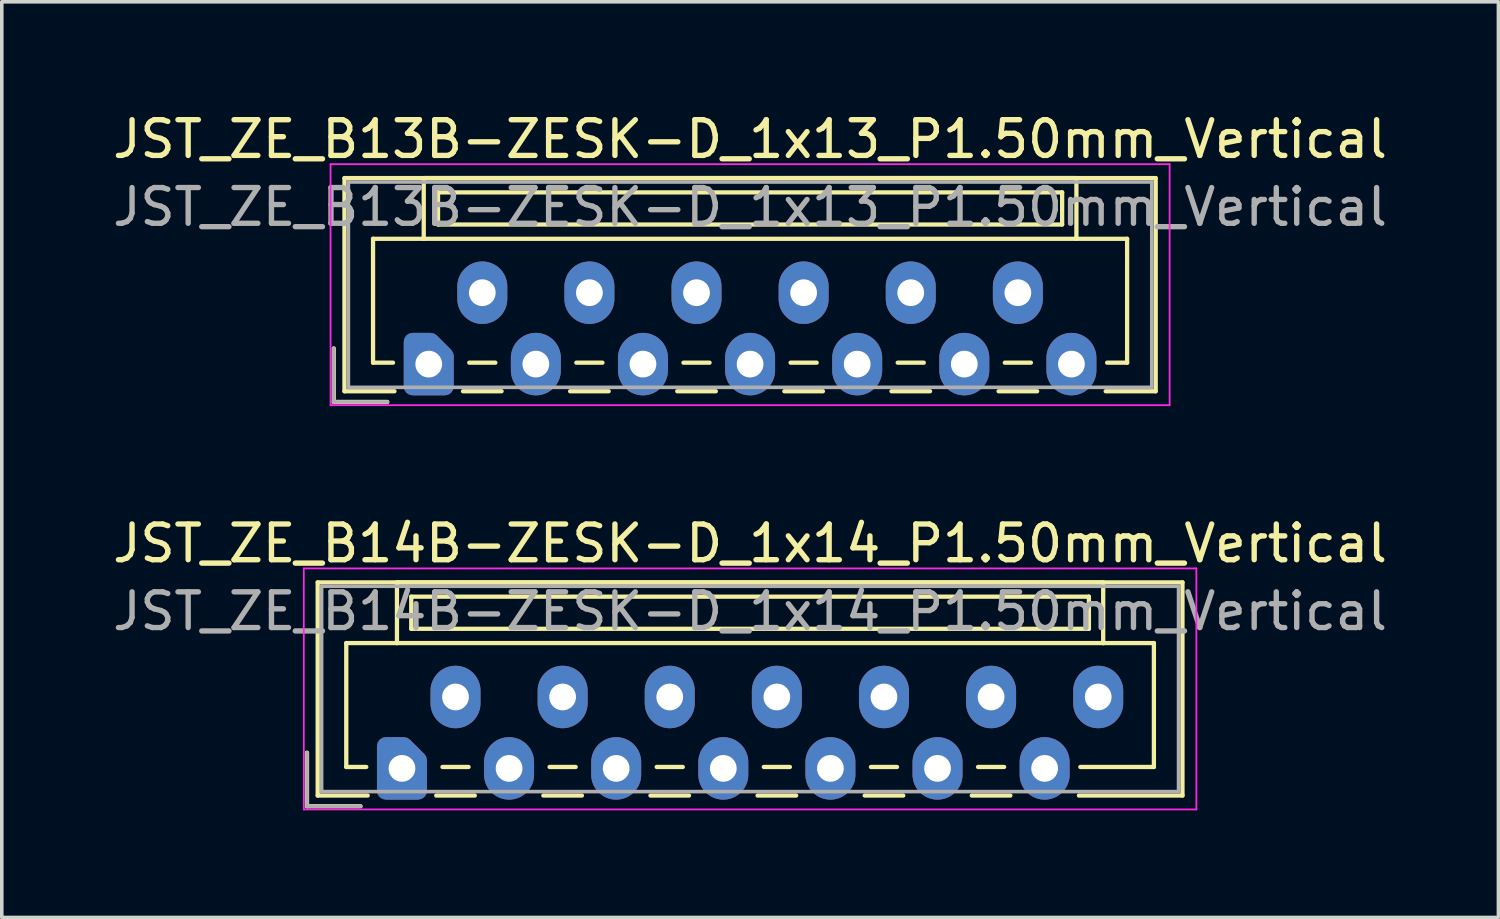
<source format=kicad_pcb>
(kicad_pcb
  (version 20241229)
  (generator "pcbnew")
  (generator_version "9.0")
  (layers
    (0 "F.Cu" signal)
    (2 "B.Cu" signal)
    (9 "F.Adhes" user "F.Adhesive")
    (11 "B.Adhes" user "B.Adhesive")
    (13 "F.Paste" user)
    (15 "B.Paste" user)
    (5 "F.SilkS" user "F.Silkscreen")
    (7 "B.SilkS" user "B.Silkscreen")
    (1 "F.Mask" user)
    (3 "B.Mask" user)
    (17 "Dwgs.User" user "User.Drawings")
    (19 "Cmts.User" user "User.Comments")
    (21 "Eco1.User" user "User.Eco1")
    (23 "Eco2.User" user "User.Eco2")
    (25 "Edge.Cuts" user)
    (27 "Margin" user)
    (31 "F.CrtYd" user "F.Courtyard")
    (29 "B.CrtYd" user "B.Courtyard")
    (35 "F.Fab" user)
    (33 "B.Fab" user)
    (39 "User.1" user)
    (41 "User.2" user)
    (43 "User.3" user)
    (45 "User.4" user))
  (footprint "JST_ZE_B14B-ZESK-D_1x14_P1.50mm_Vertical"
    (layer "F.Cu")
    (at 8.208 18.471)
    (property "Reference" "JST_ZE_B14B-ZESK-D_1x14_P1.50mm_Vertical" (at 9.75 -6.3 0) (layer "F.SilkS") (effects (font (size 1 1) (thickness 0.15))))
    (attr through_hole)
    (fp_line (start -2.66 -0.44) (end -2.66 1.06) (stroke (width 0.12) (type solid)) (layer "F.SilkS"))
    (fp_line (start -2.66 1.06) (end -1.16 1.06) (stroke (width 0.12) (type solid)) (layer "F.SilkS"))
    (fp_line (start -2.36 -5.21) (end 21.86 -5.21) (stroke (width 0.12) (type solid)) (layer "F.SilkS"))
    (fp_line (start -2.36 0.76) (end -2.36 -5.21) (stroke (width 0.12) (type solid)) (layer "F.SilkS"))
    (fp_line (start -1.56 -3.51) (end -1.56 -0.04) (stroke (width 0.12) (type solid)) (layer "F.SilkS"))
    (fp_line (start -1.56 -0.04) (end -1 -0.04) (stroke (width 0.12) (type solid)) (layer "F.SilkS"))
    (fp_line (start -0.96 0.76) (end -2.36 0.76) (stroke (width 0.12) (type solid)) (layer "F.SilkS"))
    (fp_line (start -0.14 -5.21) (end -0.14 -3.51) (stroke (width 0.12) (type solid)) (layer "F.SilkS"))
    (fp_line (start -0.14 -3.51) (end -1.56 -3.51) (stroke (width 0.12) (type solid)) (layer "F.SilkS"))
    (fp_line (start -0.14 -3.51) (end 19.64 -3.51) (stroke (width 0.12) (type solid)) (layer "F.SilkS"))
    (fp_line (start 0.26 -4.81) (end 0.26 -3.91) (stroke (width 0.12) (type solid)) (layer "F.SilkS"))
    (fp_line (start 0.26 -3.91) (end 19.24 -3.91) (stroke (width 0.12) (type solid)) (layer "F.SilkS"))
    (fp_line (start 0.96 0.76) (end 2.04 0.76) (stroke (width 0.12) (type solid)) (layer "F.SilkS"))
    (fp_line (start 1.135 -0.04) (end 1.865 -0.04) (stroke (width 0.12) (type solid)) (layer "F.SilkS"))
    (fp_line (start 3.96 0.76) (end 5.04 0.76) (stroke (width 0.12) (type solid)) (layer "F.SilkS"))
    (fp_line (start 4.135 -0.04) (end 4.865 -0.04) (stroke (width 0.12) (type solid)) (layer "F.SilkS"))
    (fp_line (start 6.96 0.76) (end 8.04 0.76) (stroke (width 0.12) (type solid)) (layer "F.SilkS"))
    (fp_line (start 7.135 -0.04) (end 7.865 -0.04) (stroke (width 0.12) (type solid)) (layer "F.SilkS"))
    (fp_line (start 9.96 0.76) (end 11.04 0.76) (stroke (width 0.12) (type solid)) (layer "F.SilkS"))
    (fp_line (start 10.135 -0.04) (end 10.865 -0.04) (stroke (width 0.12) (type solid)) (layer "F.SilkS"))
    (fp_line (start 12.96 0.76) (end 14.04 0.76) (stroke (width 0.12) (type solid)) (layer "F.SilkS"))
    (fp_line (start 13.135 -0.04) (end 13.865 -0.04) (stroke (width 0.12) (type solid)) (layer "F.SilkS"))
    (fp_line (start 15.96 0.76) (end 17.04 0.76) (stroke (width 0.12) (type solid)) (layer "F.SilkS"))
    (fp_line (start 16.135 -0.04) (end 16.865 -0.04) (stroke (width 0.12) (type solid)) (layer "F.SilkS"))
    (fp_line (start 19.24 -4.81) (end 0.26 -4.81) (stroke (width 0.12) (type solid)) (layer "F.SilkS"))
    (fp_line (start 19.24 -3.91) (end 19.24 -4.81) (stroke (width 0.12) (type solid)) (layer "F.SilkS"))
    (fp_line (start 19.64 -5.21) (end -0.14 -5.21) (stroke (width 0.12) (type solid)) (layer "F.SilkS"))
    (fp_line (start 19.64 -3.51) (end 19.64 -5.21) (stroke (width 0.12) (type solid)) (layer "F.SilkS"))
    (fp_line (start 19.64 -3.51) (end 21.06 -3.51) (stroke (width 0.12) (type solid)) (layer "F.SilkS"))
    (fp_line (start 21.06 -3.51) (end 21.06 -0.04) (stroke (width 0.12) (type solid)) (layer "F.SilkS"))
    (fp_line (start 21.06 -0.04) (end 19 -0.04) (stroke (width 0.12) (type solid)) (layer "F.SilkS"))
    (fp_line (start 21.86 -5.21) (end 21.86 0.76) (stroke (width 0.12) (type solid)) (layer "F.SilkS"))
    (fp_line (start 21.86 0.76) (end 18.96 0.76) (stroke (width 0.12) (type solid)) (layer "F.SilkS"))
    (fp_line (start -2.75 -5.6) (end -2.75 1.15) (stroke (width 0.05) (type solid)) (layer "F.CrtYd"))
    (fp_line (start -2.75 1.15) (end 22.25 1.15) (stroke (width 0.05) (type solid)) (layer "F.CrtYd"))
    (fp_line (start 22.25 -5.6) (end -2.75 -5.6) (stroke (width 0.05) (type solid)) (layer "F.CrtYd"))
    (fp_line (start 22.25 1.15) (end 22.25 -5.6) (stroke (width 0.05) (type solid)) (layer "F.CrtYd"))
    (fp_line (start -2.66 -0.44) (end -2.66 1.06) (stroke (width 0.1) (type solid)) (layer "F.Fab"))
    (fp_line (start -2.66 1.06) (end -1.16 1.06) (stroke (width 0.1) (type solid)) (layer "F.Fab"))
    (fp_line (start -2.25 -5.1) (end -2.25 0.65) (stroke (width 0.1) (type solid)) (layer "F.Fab"))
    (fp_line (start -2.25 0.65) (end 21.75 0.65) (stroke (width 0.1) (type solid)) (layer "F.Fab"))
    (fp_line (start 21.75 -5.1) (end -2.25 -5.1) (stroke (width 0.1) (type solid)) (layer "F.Fab"))
    (fp_line (start 21.75 0.65) (end 21.75 -5.1) (stroke (width 0.1) (type solid)) (layer "F.Fab"))
    (fp_text user "${REFERENCE}" (at 9.75 -4.4 0) (layer "F.Fab") (effects (font (size 1 1) (thickness 0.15))))
    (pad "1" thru_hole custom (at 0 0) (size 1.117 1.117) (drill 0.75) (layers "*.Cu" "*.Mask") (options (anchor circle)) (primitives (gr_poly (pts (xy -0.45 -0.625) (xy 0.05 -0.625) (xy 0.45 -0.225) (xy 0.45 0.625) (xy -0.45 0.625)) (width 0.5) (fill yes))))
    (pad "2" thru_hole oval (at 1.5 -2) (size 1.4 1.75) (drill 0.75) (layers "*.Cu" "*.Mask"))
    (pad "3" thru_hole oval (at 3 0) (size 1.4 1.75) (drill 0.75) (layers "*.Cu" "*.Mask"))
    (pad "4" thru_hole oval (at 4.5 -2) (size 1.4 1.75) (drill 0.75) (layers "*.Cu" "*.Mask"))
    (pad "5" thru_hole oval (at 6 0) (size 1.4 1.75) (drill 0.75) (layers "*.Cu" "*.Mask"))
    (pad "6" thru_hole oval (at 7.5 -2) (size 1.4 1.75) (drill 0.75) (layers "*.Cu" "*.Mask"))
    (pad "7" thru_hole oval (at 9 0) (size 1.4 1.75) (drill 0.75) (layers "*.Cu" "*.Mask"))
    (pad "8" thru_hole oval (at 10.5 -2) (size 1.4 1.75) (drill 0.75) (layers "*.Cu" "*.Mask"))
    (pad "9" thru_hole oval (at 12 0) (size 1.4 1.75) (drill 0.75) (layers "*.Cu" "*.Mask"))
    (pad "10" thru_hole oval (at 13.5 -2) (size 1.4 1.75) (drill 0.75) (layers "*.Cu" "*.Mask"))
    (pad "11" thru_hole oval (at 15 0) (size 1.4 1.75) (drill 0.75) (layers "*.Cu" "*.Mask"))
    (pad "12" thru_hole oval (at 16.5 -2) (size 1.4 1.75) (drill 0.75) (layers "*.Cu" "*.Mask"))
    (pad "13" thru_hole oval (at 18 0) (size 1.4 1.75) (drill 0.75) (layers "*.Cu" "*.Mask"))
    (pad "14" thru_hole oval (at 19.5 -2) (size 1.4 1.75) (drill 0.75) (layers "*.Cu" "*.Mask")))
  (footprint "JST_ZE_B13B-ZESK-D_1x13_P1.50mm_Vertical"
    (layer "F.Cu")
    (at 8.958 7.148)
    (property "Reference" "JST_ZE_B13B-ZESK-D_1x13_P1.50mm_Vertical" (at 9 -6.3 0) (layer "F.SilkS") (effects (font (size 1 1) (thickness 0.15))))
    (attr through_hole)
    (fp_line (start -2.66 -0.44) (end -2.66 1.06) (stroke (width 0.12) (type solid)) (layer "F.SilkS"))
    (fp_line (start -2.66 1.06) (end -1.16 1.06) (stroke (width 0.12) (type solid)) (layer "F.SilkS"))
    (fp_line (start -2.36 -5.21) (end 20.36 -5.21) (stroke (width 0.12) (type solid)) (layer "F.SilkS"))
    (fp_line (start -2.36 0.76) (end -2.36 -5.21) (stroke (width 0.12) (type solid)) (layer "F.SilkS"))
    (fp_line (start -1.56 -3.51) (end -1.56 -0.04) (stroke (width 0.12) (type solid)) (layer "F.SilkS"))
    (fp_line (start -1.56 -0.04) (end -1 -0.04) (stroke (width 0.12) (type solid)) (layer "F.SilkS"))
    (fp_line (start -0.96 0.76) (end -2.36 0.76) (stroke (width 0.12) (type solid)) (layer "F.SilkS"))
    (fp_line (start -0.14 -5.21) (end -0.14 -3.51) (stroke (width 0.12) (type solid)) (layer "F.SilkS"))
    (fp_line (start -0.14 -3.51) (end -1.56 -3.51) (stroke (width 0.12) (type solid)) (layer "F.SilkS"))
    (fp_line (start -0.14 -3.51) (end 18.14 -3.51) (stroke (width 0.12) (type solid)) (layer "F.SilkS"))
    (fp_line (start 0.26 -4.81) (end 0.26 -3.91) (stroke (width 0.12) (type solid)) (layer "F.SilkS"))
    (fp_line (start 0.26 -3.91) (end 17.74 -3.91) (stroke (width 0.12) (type solid)) (layer "F.SilkS"))
    (fp_line (start 0.96 0.76) (end 2.04 0.76) (stroke (width 0.12) (type solid)) (layer "F.SilkS"))
    (fp_line (start 1.135 -0.04) (end 1.865 -0.04) (stroke (width 0.12) (type solid)) (layer "F.SilkS"))
    (fp_line (start 3.96 0.76) (end 5.04 0.76) (stroke (width 0.12) (type solid)) (layer "F.SilkS"))
    (fp_line (start 4.135 -0.04) (end 4.865 -0.04) (stroke (width 0.12) (type solid)) (layer "F.SilkS"))
    (fp_line (start 6.96 0.76) (end 8.04 0.76) (stroke (width 0.12) (type solid)) (layer "F.SilkS"))
    (fp_line (start 7.135 -0.04) (end 7.865 -0.04) (stroke (width 0.12) (type solid)) (layer "F.SilkS"))
    (fp_line (start 9.96 0.76) (end 11.04 0.76) (stroke (width 0.12) (type solid)) (layer "F.SilkS"))
    (fp_line (start 10.135 -0.04) (end 10.865 -0.04) (stroke (width 0.12) (type solid)) (layer "F.SilkS"))
    (fp_line (start 12.96 0.76) (end 14.04 0.76) (stroke (width 0.12) (type solid)) (layer "F.SilkS"))
    (fp_line (start 13.135 -0.04) (end 13.865 -0.04) (stroke (width 0.12) (type solid)) (layer "F.SilkS"))
    (fp_line (start 15.96 0.76) (end 17.04 0.76) (stroke (width 0.12) (type solid)) (layer "F.SilkS"))
    (fp_line (start 16.135 -0.04) (end 16.865 -0.04) (stroke (width 0.12) (type solid)) (layer "F.SilkS"))
    (fp_line (start 17.74 -4.81) (end 0.26 -4.81) (stroke (width 0.12) (type solid)) (layer "F.SilkS"))
    (fp_line (start 17.74 -3.91) (end 17.74 -4.81) (stroke (width 0.12) (type solid)) (layer "F.SilkS"))
    (fp_line (start 18.14 -5.21) (end -0.14 -5.21) (stroke (width 0.12) (type solid)) (layer "F.SilkS"))
    (fp_line (start 18.14 -3.51) (end 18.14 -5.21) (stroke (width 0.12) (type solid)) (layer "F.SilkS"))
    (fp_line (start 18.14 -3.51) (end 19.56 -3.51) (stroke (width 0.12) (type solid)) (layer "F.SilkS"))
    (fp_line (start 19.56 -3.51) (end 19.56 -0.04) (stroke (width 0.12) (type solid)) (layer "F.SilkS"))
    (fp_line (start 19.56 -0.04) (end 19 -0.04) (stroke (width 0.12) (type solid)) (layer "F.SilkS"))
    (fp_line (start 20.36 -5.21) (end 20.36 0.76) (stroke (width 0.12) (type solid)) (layer "F.SilkS"))
    (fp_line (start 20.36 0.76) (end 18.96 0.76) (stroke (width 0.12) (type solid)) (layer "F.SilkS"))
    (fp_line (start -2.75 -5.6) (end -2.75 1.15) (stroke (width 0.05) (type solid)) (layer "F.CrtYd"))
    (fp_line (start -2.75 1.15) (end 20.75 1.15) (stroke (width 0.05) (type solid)) (layer "F.CrtYd"))
    (fp_line (start 20.75 -5.6) (end -2.75 -5.6) (stroke (width 0.05) (type solid)) (layer "F.CrtYd"))
    (fp_line (start 20.75 1.15) (end 20.75 -5.6) (stroke (width 0.05) (type solid)) (layer "F.CrtYd"))
    (fp_line (start -2.66 -0.44) (end -2.66 1.06) (stroke (width 0.1) (type solid)) (layer "F.Fab"))
    (fp_line (start -2.66 1.06) (end -1.16 1.06) (stroke (width 0.1) (type solid)) (layer "F.Fab"))
    (fp_line (start -2.25 -5.1) (end -2.25 0.65) (stroke (width 0.1) (type solid)) (layer "F.Fab"))
    (fp_line (start -2.25 0.65) (end 20.25 0.65) (stroke (width 0.1) (type solid)) (layer "F.Fab"))
    (fp_line (start 20.25 -5.1) (end -2.25 -5.1) (stroke (width 0.1) (type solid)) (layer "F.Fab"))
    (fp_line (start 20.25 0.65) (end 20.25 -5.1) (stroke (width 0.1) (type solid)) (layer "F.Fab"))
    (fp_text user "${REFERENCE}" (at 9 -4.4 0) (layer "F.Fab") (effects (font (size 1 1) (thickness 0.15))))
    (pad "1" thru_hole custom (at 0 0) (size 1.117 1.117) (drill 0.75) (layers "*.Cu" "*.Mask") (options (anchor circle)) (primitives (gr_poly (pts (xy -0.45 -0.625) (xy 0.05 -0.625) (xy 0.45 -0.225) (xy 0.45 0.625) (xy -0.45 0.625)) (width 0.5) (fill yes))))
    (pad "2" thru_hole oval (at 1.5 -2) (size 1.4 1.75) (drill 0.75) (layers "*.Cu" "*.Mask"))
    (pad "3" thru_hole oval (at 3 0) (size 1.4 1.75) (drill 0.75) (layers "*.Cu" "*.Mask"))
    (pad "4" thru_hole oval (at 4.5 -2) (size 1.4 1.75) (drill 0.75) (layers "*.Cu" "*.Mask"))
    (pad "5" thru_hole oval (at 6 0) (size 1.4 1.75) (drill 0.75) (layers "*.Cu" "*.Mask"))
    (pad "6" thru_hole oval (at 7.5 -2) (size 1.4 1.75) (drill 0.75) (layers "*.Cu" "*.Mask"))
    (pad "7" thru_hole oval (at 9 0) (size 1.4 1.75) (drill 0.75) (layers "*.Cu" "*.Mask"))
    (pad "8" thru_hole oval (at 10.5 -2) (size 1.4 1.75) (drill 0.75) (layers "*.Cu" "*.Mask"))
    (pad "9" thru_hole oval (at 12 0) (size 1.4 1.75) (drill 0.75) (layers "*.Cu" "*.Mask"))
    (pad "10" thru_hole oval (at 13.5 -2) (size 1.4 1.75) (drill 0.75) (layers "*.Cu" "*.Mask"))
    (pad "11" thru_hole oval (at 15 0) (size 1.4 1.75) (drill 0.75) (layers "*.Cu" "*.Mask"))
    (pad "12" thru_hole oval (at 16.5 -2) (size 1.4 1.75) (drill 0.75) (layers "*.Cu" "*.Mask"))
    (pad "13" thru_hole oval (at 18 0) (size 1.4 1.75) (drill 0.75) (layers "*.Cu" "*.Mask")))
  (gr_rect
    (start -3 -3)
    (end 38.917 22.646)
    (stroke (width 0.1) (type default))
    (fill no)
    (layer "Edge.Cuts")))
</source>
